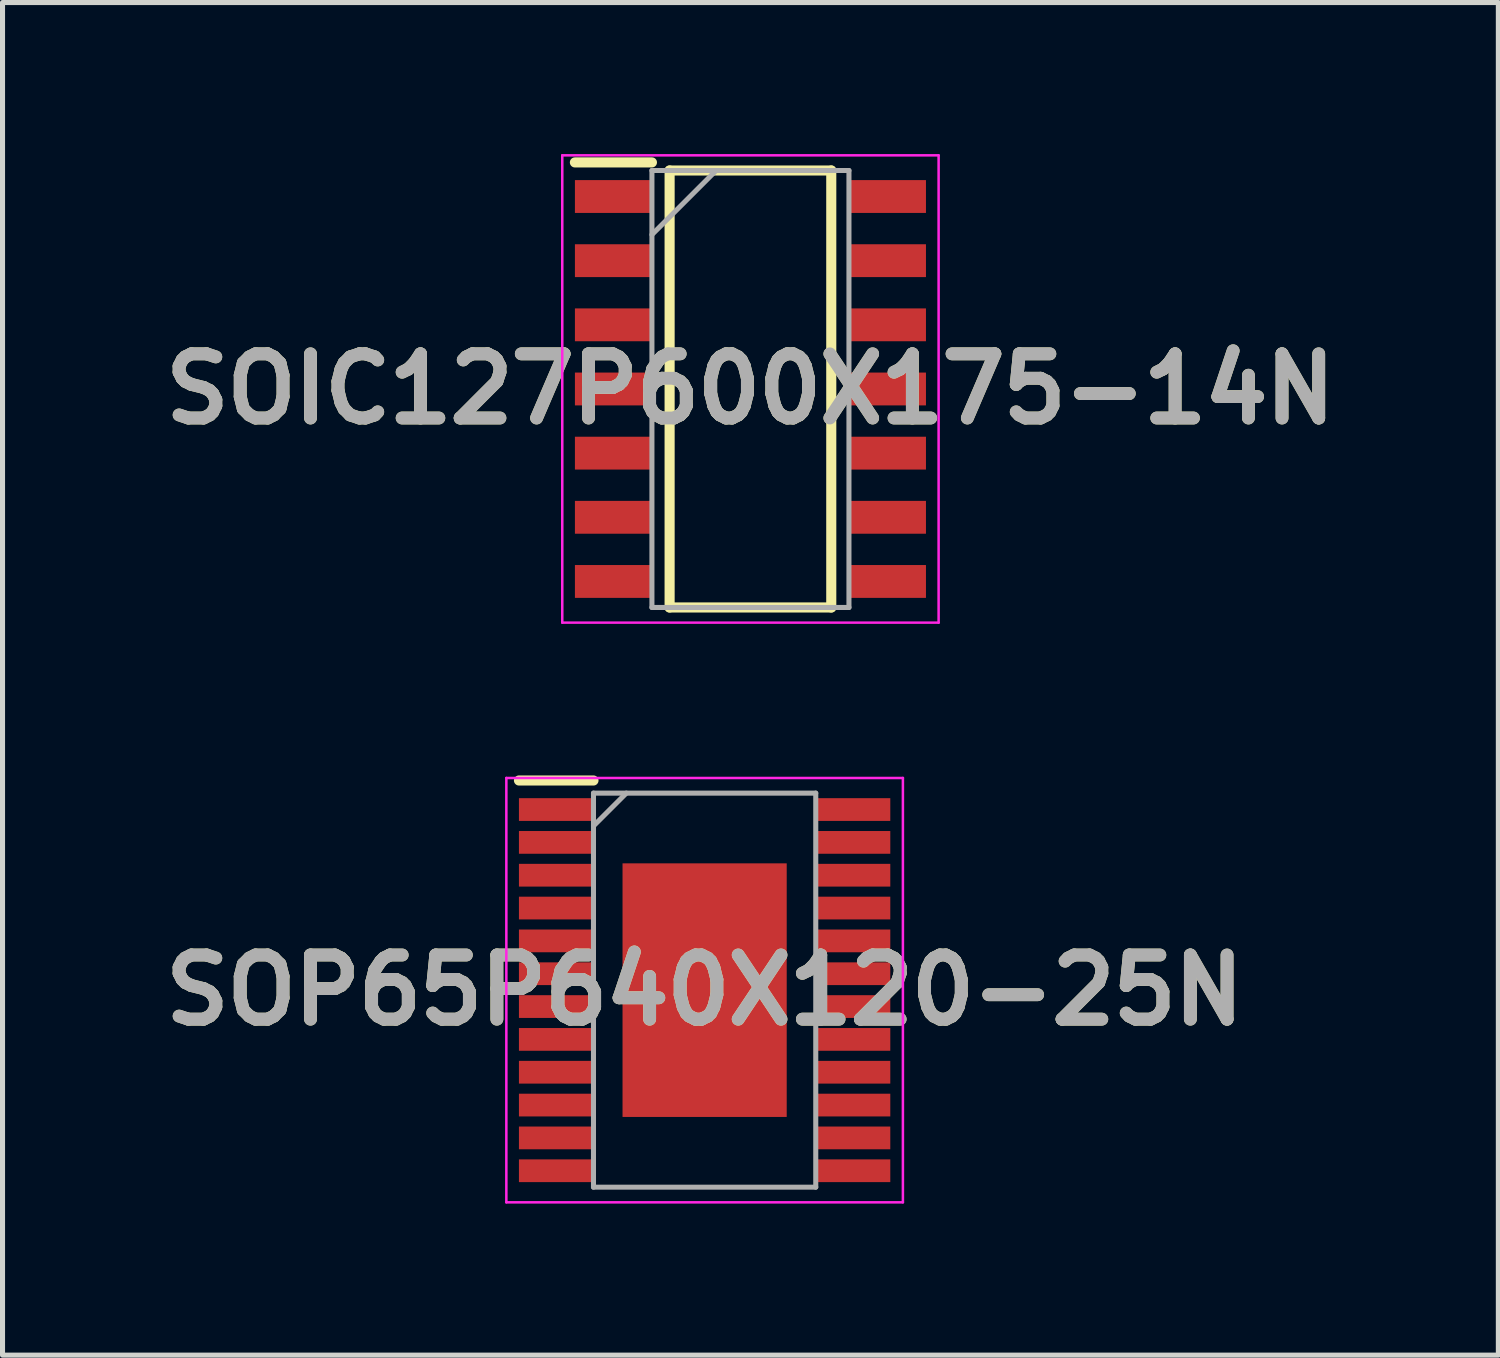
<source format=kicad_pcb>
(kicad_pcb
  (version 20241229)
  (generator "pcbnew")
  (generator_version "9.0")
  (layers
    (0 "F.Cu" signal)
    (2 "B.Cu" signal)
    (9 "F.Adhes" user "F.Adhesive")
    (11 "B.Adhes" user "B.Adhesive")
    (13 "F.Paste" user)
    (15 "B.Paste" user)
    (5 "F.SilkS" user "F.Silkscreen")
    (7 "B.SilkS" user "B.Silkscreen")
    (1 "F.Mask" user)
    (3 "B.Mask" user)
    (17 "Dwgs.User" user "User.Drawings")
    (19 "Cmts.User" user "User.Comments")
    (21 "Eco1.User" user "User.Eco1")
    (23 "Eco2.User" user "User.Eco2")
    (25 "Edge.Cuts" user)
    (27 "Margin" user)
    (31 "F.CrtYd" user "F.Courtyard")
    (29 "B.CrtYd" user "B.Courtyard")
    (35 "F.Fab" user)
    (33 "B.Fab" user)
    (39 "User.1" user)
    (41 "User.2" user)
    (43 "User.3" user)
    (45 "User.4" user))
  (footprint "SOP65P640X120-25N"
    (layer "F.Cu")
    (at 10.898 16.55)
    (property "Reference" "SOP65P640X120-25N" (at 0 0 0) (layer "F.SilkS") (effects (font (size 1.27 1.27) (thickness 0.254))))
    (attr smd)
    (fp_line (start -3.675 -4.15) (end -2.2 -4.15) (stroke (width 0.2) (type solid)) (layer "F.SilkS"))
    (fp_line (start -3.925 -4.2) (end 3.925 -4.2) (stroke (width 0.05) (type solid)) (layer "F.CrtYd"))
    (fp_line (start -3.925 4.2) (end -3.925 -4.2) (stroke (width 0.05) (type solid)) (layer "F.CrtYd"))
    (fp_line (start 3.925 -4.2) (end 3.925 4.2) (stroke (width 0.05) (type solid)) (layer "F.CrtYd"))
    (fp_line (start 3.925 4.2) (end -3.925 4.2) (stroke (width 0.05) (type solid)) (layer "F.CrtYd"))
    (fp_line (start -2.2 -3.9) (end 2.2 -3.9) (stroke (width 0.1) (type solid)) (layer "F.Fab"))
    (fp_line (start -2.2 -3.25) (end -1.55 -3.9) (stroke (width 0.1) (type solid)) (layer "F.Fab"))
    (fp_line (start -2.2 3.9) (end -2.2 -3.9) (stroke (width 0.1) (type solid)) (layer "F.Fab"))
    (fp_line (start 2.2 -3.9) (end 2.2 3.9) (stroke (width 0.1) (type solid)) (layer "F.Fab"))
    (fp_line (start 2.2 3.9) (end -2.2 3.9) (stroke (width 0.1) (type solid)) (layer "F.Fab"))
    (fp_text user "${REFERENCE}" (at 0 0 0) (layer "F.Fab") (effects (font (size 1.27 1.27) (thickness 0.254))))
    (pad "1" smd rect (at -2.938 -3.575 90) (size 0.45 1.475) (layers "F.Cu" "F.Mask" "F.Paste"))
    (pad "2" smd rect (at -2.938 -2.925 90) (size 0.45 1.475) (layers "F.Cu" "F.Mask" "F.Paste"))
    (pad "3" smd rect (at -2.938 -2.275 90) (size 0.45 1.475) (layers "F.Cu" "F.Mask" "F.Paste"))
    (pad "4" smd rect (at -2.938 -1.625 90) (size 0.45 1.475) (layers "F.Cu" "F.Mask" "F.Paste"))
    (pad "5" smd rect (at -2.938 -0.975 90) (size 0.45 1.475) (layers "F.Cu" "F.Mask" "F.Paste"))
    (pad "6" smd rect (at -2.938 -0.325 90) (size 0.45 1.475) (layers "F.Cu" "F.Mask" "F.Paste"))
    (pad "7" smd rect (at -2.938 0.325 90) (size 0.45 1.475) (layers "F.Cu" "F.Mask" "F.Paste"))
    (pad "8" smd rect (at -2.938 0.975 90) (size 0.45 1.475) (layers "F.Cu" "F.Mask" "F.Paste"))
    (pad "9" smd rect (at -2.938 1.625 90) (size 0.45 1.475) (layers "F.Cu" "F.Mask" "F.Paste"))
    (pad "10" smd rect (at -2.938 2.275 90) (size 0.45 1.475) (layers "F.Cu" "F.Mask" "F.Paste"))
    (pad "11" smd rect (at -2.938 2.925 90) (size 0.45 1.475) (layers "F.Cu" "F.Mask" "F.Paste"))
    (pad "12" smd rect (at -2.938 3.575 90) (size 0.45 1.475) (layers "F.Cu" "F.Mask" "F.Paste"))
    (pad "13" smd rect (at 2.938 3.575 90) (size 0.45 1.475) (layers "F.Cu" "F.Mask" "F.Paste"))
    (pad "14" smd rect (at 2.938 2.925 90) (size 0.45 1.475) (layers "F.Cu" "F.Mask" "F.Paste"))
    (pad "15" smd rect (at 2.938 2.275 90) (size 0.45 1.475) (layers "F.Cu" "F.Mask" "F.Paste"))
    (pad "16" smd rect (at 2.938 1.625 90) (size 0.45 1.475) (layers "F.Cu" "F.Mask" "F.Paste"))
    (pad "17" smd rect (at 2.938 0.975 90) (size 0.45 1.475) (layers "F.Cu" "F.Mask" "F.Paste"))
    (pad "18" smd rect (at 2.938 0.325 90) (size 0.45 1.475) (layers "F.Cu" "F.Mask" "F.Paste"))
    (pad "19" smd rect (at 2.938 -0.325 90) (size 0.45 1.475) (layers "F.Cu" "F.Mask" "F.Paste"))
    (pad "20" smd rect (at 2.938 -0.975 90) (size 0.45 1.475) (layers "F.Cu" "F.Mask" "F.Paste"))
    (pad "21" smd rect (at 2.938 -1.625 90) (size 0.45 1.475) (layers "F.Cu" "F.Mask" "F.Paste"))
    (pad "22" smd rect (at 2.938 -2.275 90) (size 0.45 1.475) (layers "F.Cu" "F.Mask" "F.Paste"))
    (pad "23" smd rect (at 2.938 -2.925 90) (size 0.45 1.475) (layers "F.Cu" "F.Mask" "F.Paste"))
    (pad "24" smd rect (at 2.938 -3.575 90) (size 0.45 1.475) (layers "F.Cu" "F.Mask" "F.Paste"))
    (pad "25" smd rect (at 0 0) (size 3.25 5.02) (layers "F.Cu" "F.Mask" "F.Paste")))
  (footprint "SOIC127P600X175-14N"
    (layer "F.Cu")
    (at 11.805 4.65)
    (property "Reference" "SOIC127P600X175-14N" (at 0 0 0) (layer "F.SilkS") (effects (font (size 1.27 1.27) (thickness 0.254))))
    (attr smd)
    (fp_line (start -3.475 -4.485) (end -1.95 -4.485) (stroke (width 0.2) (type solid)) (layer "F.SilkS"))
    (fp_line (start -1.6 -4.325) (end 1.6 -4.325) (stroke (width 0.2) (type solid)) (layer "F.SilkS"))
    (fp_line (start -1.6 4.325) (end -1.6 -4.325) (stroke (width 0.2) (type solid)) (layer "F.SilkS"))
    (fp_line (start 1.6 -4.325) (end 1.6 4.325) (stroke (width 0.2) (type solid)) (layer "F.SilkS"))
    (fp_line (start 1.6 4.325) (end -1.6 4.325) (stroke (width 0.2) (type solid)) (layer "F.SilkS"))
    (fp_line (start -3.725 -4.625) (end 3.725 -4.625) (stroke (width 0.05) (type solid)) (layer "F.CrtYd"))
    (fp_line (start -3.725 4.625) (end -3.725 -4.625) (stroke (width 0.05) (type solid)) (layer "F.CrtYd"))
    (fp_line (start 3.725 -4.625) (end 3.725 4.625) (stroke (width 0.05) (type solid)) (layer "F.CrtYd"))
    (fp_line (start 3.725 4.625) (end -3.725 4.625) (stroke (width 0.05) (type solid)) (layer "F.CrtYd"))
    (fp_line (start -1.95 -4.325) (end 1.95 -4.325) (stroke (width 0.1) (type solid)) (layer "F.Fab"))
    (fp_line (start -1.95 -3.055) (end -0.68 -4.325) (stroke (width 0.1) (type solid)) (layer "F.Fab"))
    (fp_line (start -1.95 4.325) (end -1.95 -4.325) (stroke (width 0.1) (type solid)) (layer "F.Fab"))
    (fp_line (start 1.95 -4.325) (end 1.95 4.325) (stroke (width 0.1) (type solid)) (layer "F.Fab"))
    (fp_line (start 1.95 4.325) (end -1.95 4.325) (stroke (width 0.1) (type solid)) (layer "F.Fab"))
    (fp_text user "${REFERENCE}" (at 0 0 0) (layer "F.Fab") (effects (font (size 1.27 1.27) (thickness 0.254))))
    (pad "1" smd rect (at -2.712 -3.81 90) (size 0.65 1.525) (layers "F.Cu" "F.Mask" "F.Paste"))
    (pad "2" smd rect (at -2.712 -2.54 90) (size 0.65 1.525) (layers "F.Cu" "F.Mask" "F.Paste"))
    (pad "3" smd rect (at -2.712 -1.27 90) (size 0.65 1.525) (layers "F.Cu" "F.Mask" "F.Paste"))
    (pad "4" smd rect (at -2.712 0 90) (size 0.65 1.525) (layers "F.Cu" "F.Mask" "F.Paste"))
    (pad "5" smd rect (at -2.712 1.27 90) (size 0.65 1.525) (layers "F.Cu" "F.Mask" "F.Paste"))
    (pad "6" smd rect (at -2.712 2.54 90) (size 0.65 1.525) (layers "F.Cu" "F.Mask" "F.Paste"))
    (pad "7" smd rect (at -2.712 3.81 90) (size 0.65 1.525) (layers "F.Cu" "F.Mask" "F.Paste"))
    (pad "8" smd rect (at 2.712 3.81 90) (size 0.65 1.525) (layers "F.Cu" "F.Mask" "F.Paste"))
    (pad "9" smd rect (at 2.712 2.54 90) (size 0.65 1.525) (layers "F.Cu" "F.Mask" "F.Paste"))
    (pad "10" smd rect (at 2.712 1.27 90) (size 0.65 1.525) (layers "F.Cu" "F.Mask" "F.Paste"))
    (pad "11" smd rect (at 2.712 0 90) (size 0.65 1.525) (layers "F.Cu" "F.Mask" "F.Paste"))
    (pad "12" smd rect (at 2.712 -1.27 90) (size 0.65 1.525) (layers "F.Cu" "F.Mask" "F.Paste"))
    (pad "13" smd rect (at 2.712 -2.54 90) (size 0.65 1.525) (layers "F.Cu" "F.Mask" "F.Paste"))
    (pad "14" smd rect (at 2.712 -3.81 90) (size 0.65 1.525) (layers "F.Cu" "F.Mask" "F.Paste")))
  (gr_rect
    (start -3 -3)
    (end 26.61 23.775)
    (stroke (width 0.1) (type default))
    (fill no)
    (layer "Edge.Cuts")))
</source>
